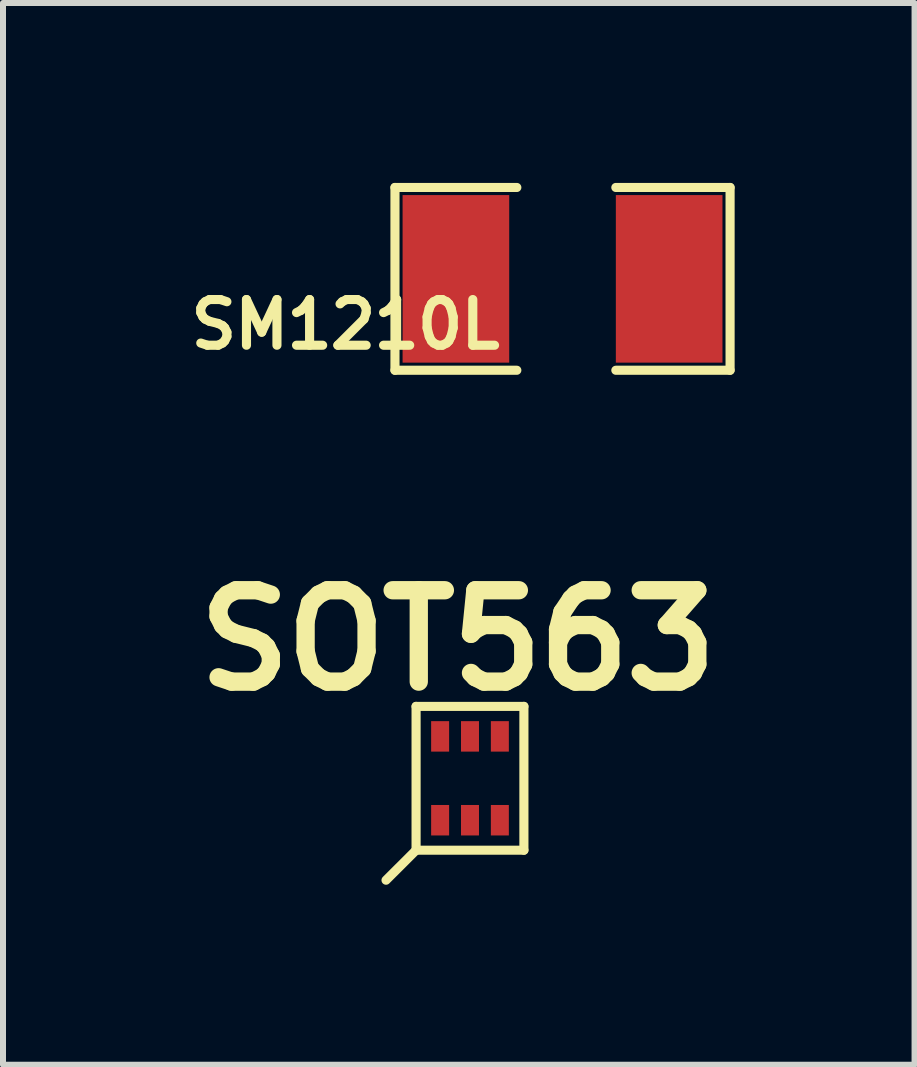
<source format=kicad_pcb>
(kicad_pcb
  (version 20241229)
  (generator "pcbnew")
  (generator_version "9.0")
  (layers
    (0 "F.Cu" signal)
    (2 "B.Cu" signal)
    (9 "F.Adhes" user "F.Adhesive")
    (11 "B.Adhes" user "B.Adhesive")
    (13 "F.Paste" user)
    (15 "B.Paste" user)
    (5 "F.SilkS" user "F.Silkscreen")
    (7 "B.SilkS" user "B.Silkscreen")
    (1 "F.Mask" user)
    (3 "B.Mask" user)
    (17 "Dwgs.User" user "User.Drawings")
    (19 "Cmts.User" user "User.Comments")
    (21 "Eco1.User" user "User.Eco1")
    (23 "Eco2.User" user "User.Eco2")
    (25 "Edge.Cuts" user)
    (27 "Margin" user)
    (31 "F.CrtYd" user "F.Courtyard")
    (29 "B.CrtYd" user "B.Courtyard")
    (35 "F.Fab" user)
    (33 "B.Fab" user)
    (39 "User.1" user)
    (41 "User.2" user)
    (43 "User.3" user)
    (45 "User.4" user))
  (footprint "SM1210L"
    (layer "F.Cu")
    (at 6.33 1.6)
    (property "Reference" "SM1210L" (at -3.619 0.762 0) (layer "F.SilkS") (effects (font (size 0.762 0.762) (thickness 0.152))))
    (attr smd)
    (fp_line (start -2.794 -1.524) (end -2.794 1.524) (stroke (width 0.152) (type solid)) (layer "F.SilkS"))
    (fp_line (start -2.794 1.524) (end -0.762 1.524) (stroke (width 0.152) (type solid)) (layer "F.SilkS"))
    (fp_line (start -0.762 -1.524) (end -2.794 -1.524) (stroke (width 0.152) (type solid)) (layer "F.SilkS"))
    (fp_line (start 0.889 1.524) (end 2.794 1.524) (stroke (width 0.152) (type solid)) (layer "F.SilkS"))
    (fp_line (start 2.794 -1.524) (end 0.889 -1.524) (stroke (width 0.152) (type solid)) (layer "F.SilkS"))
    (fp_line (start 2.794 1.524) (end 2.794 -1.524) (stroke (width 0.152) (type solid)) (layer "F.SilkS"))
    (pad "1" smd rect (at -1.778 0) (size 1.778 2.794) (layers "F.Cu" "F.Mask" "F.Paste"))
    (pad "2" smd rect (at 1.778 0) (size 1.778 2.794) (layers "F.Cu" "F.Mask" "F.Paste")))
  (footprint "SOT563"
    (layer "F.Cu")
    (at 4.787 9.928)
    (property "Reference" "SOT563" (at -0.201 -2.301 0) (layer "F.SilkS") (effects (font (size 1.524 1.524) (thickness 0.305))))
    (attr through_hole)
    (fp_line (start -0.899 -1.199) (end -0.899 1.199) (stroke (width 0.152) (type solid)) (layer "F.SilkS"))
    (fp_line (start -0.899 -1.199) (end 0.899 -1.199) (stroke (width 0.152) (type solid)) (layer "F.SilkS"))
    (fp_line (start -0.899 1.199) (end -1.4 1.699) (stroke (width 0.152) (type solid)) (layer "F.SilkS"))
    (fp_line (start -0.899 1.199) (end 0.899 1.199) (stroke (width 0.152) (type solid)) (layer "F.SilkS"))
    (fp_line (start 0.899 -1.199) (end 0.899 1.199) (stroke (width 0.152) (type solid)) (layer "F.SilkS"))
    (pad "1" smd rect (at -0.498 0.699 180) (size 0.3 0.508) (layers "F.Cu" "F.Mask" "F.Paste"))
    (pad "2" smd rect (at 0 0.699 180) (size 0.3 0.508) (layers "F.Cu" "F.Mask" "F.Paste"))
    (pad "3" smd rect (at 0.498 0.699 180) (size 0.3 0.508) (layers "F.Cu" "F.Mask" "F.Paste"))
    (pad "4" smd rect (at 0.498 -0.699) (size 0.3 0.508) (layers "F.Cu" "F.Mask" "F.Paste"))
    (pad "5" smd rect (at 0 -0.699) (size 0.3 0.508) (layers "F.Cu" "F.Mask" "F.Paste"))
    (pad "6" smd rect (at -0.498 -0.699) (size 0.3 0.508) (layers "F.Cu" "F.Mask" "F.Paste")))
  (gr_rect
    (start -3 -3)
    (end 12.2 14.704)
    (stroke (width 0.1) (type default))
    (fill no)
    (layer "Edge.Cuts")))
</source>
